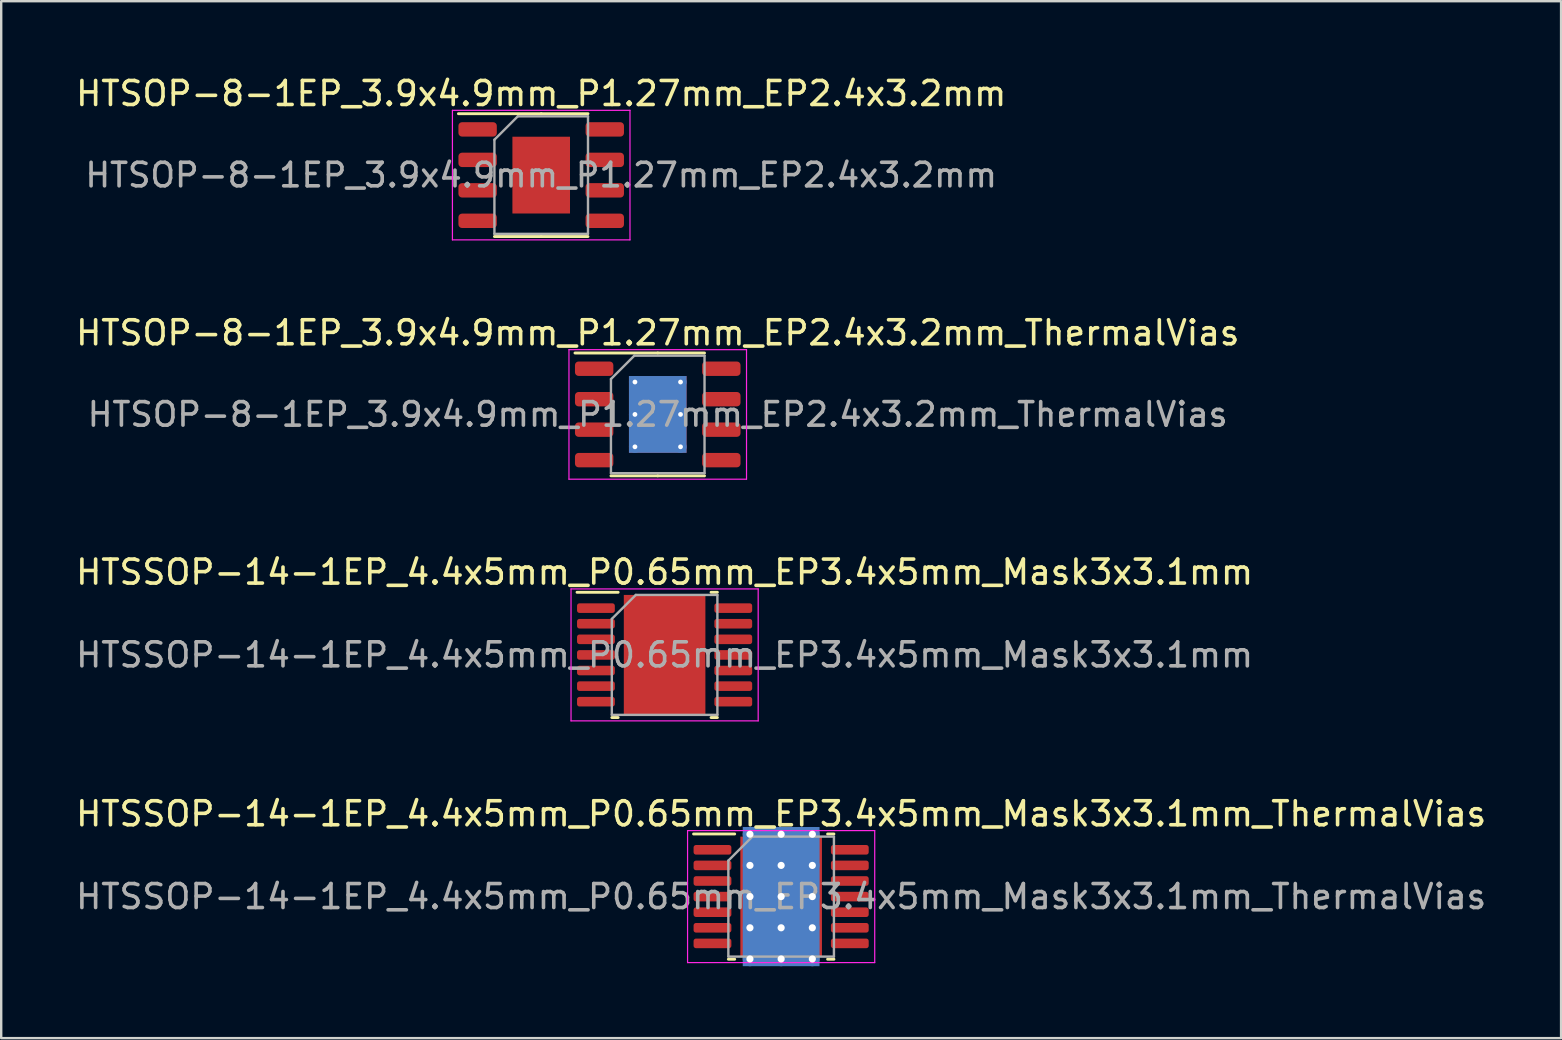
<source format=kicad_pcb>
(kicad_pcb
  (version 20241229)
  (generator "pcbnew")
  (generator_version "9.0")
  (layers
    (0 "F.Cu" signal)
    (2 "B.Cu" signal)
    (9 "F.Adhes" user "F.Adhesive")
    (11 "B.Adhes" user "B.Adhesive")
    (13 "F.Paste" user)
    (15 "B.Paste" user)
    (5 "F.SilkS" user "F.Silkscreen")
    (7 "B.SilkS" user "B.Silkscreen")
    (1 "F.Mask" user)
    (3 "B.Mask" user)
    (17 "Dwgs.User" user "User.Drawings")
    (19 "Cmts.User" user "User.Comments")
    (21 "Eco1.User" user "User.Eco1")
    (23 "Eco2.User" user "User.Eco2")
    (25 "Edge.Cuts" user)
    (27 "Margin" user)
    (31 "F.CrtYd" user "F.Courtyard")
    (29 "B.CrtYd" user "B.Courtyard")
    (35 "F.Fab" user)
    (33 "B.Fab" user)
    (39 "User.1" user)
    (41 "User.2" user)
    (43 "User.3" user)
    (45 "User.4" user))
  (footprint "HTSSOP-14-1EP_4.4x5mm_P0.65mm_EP3.4x5mm_Mask3x3.1mm_ThermalVias"
    (layer "F.Cu")
    (at 29.506 34.318)
    (property "Reference" "HTSSOP-14-1EP_4.4x5mm_P0.65mm_EP3.4x5mm_Mask3x3.1mm_ThermalVias" (at 0 -3.45 0) (layer "F.SilkS") (effects (font (size 1 1) (thickness 0.15))))
    (attr smd)
    (fp_line (start -1.936 -2.61) (end -3.65 -2.61) (stroke (width 0.12) (type solid)) (layer "F.SilkS"))
    (fp_line (start -1.936 2.61) (end -2.2 2.61) (stroke (width 0.12) (type solid)) (layer "F.SilkS"))
    (fp_line (start 1.936 -2.61) (end 2.2 -2.61) (stroke (width 0.12) (type solid)) (layer "F.SilkS"))
    (fp_line (start 1.936 2.61) (end 2.2 2.61) (stroke (width 0.12) (type solid)) (layer "F.SilkS"))
    (fp_line (start -3.9 -2.75) (end -3.9 2.75) (stroke (width 0.05) (type solid)) (layer "F.CrtYd"))
    (fp_line (start -3.9 2.75) (end 3.9 2.75) (stroke (width 0.05) (type solid)) (layer "F.CrtYd"))
    (fp_line (start 3.9 -2.75) (end -3.9 -2.75) (stroke (width 0.05) (type solid)) (layer "F.CrtYd"))
    (fp_line (start 3.9 2.75) (end 3.9 -2.75) (stroke (width 0.05) (type solid)) (layer "F.CrtYd"))
    (fp_line (start -2.2 -1.5) (end -1.2 -2.5) (stroke (width 0.1) (type solid)) (layer "F.Fab"))
    (fp_line (start -2.2 2.5) (end -2.2 -1.5) (stroke (width 0.1) (type solid)) (layer "F.Fab"))
    (fp_line (start -1.2 -2.5) (end 2.2 -2.5) (stroke (width 0.1) (type solid)) (layer "F.Fab"))
    (fp_line (start 2.2 -2.5) (end 2.2 2.5) (stroke (width 0.1) (type solid)) (layer "F.Fab"))
    (fp_line (start 2.2 2.5) (end -2.2 2.5) (stroke (width 0.1) (type solid)) (layer "F.Fab"))
    (fp_text user "${REFERENCE}" (at 0 0 0) (layer "F.Fab") (effects (font (size 1 1) (thickness 0.15))))
    (pad "" smd roundrect (at -0.75 -0.775) (size 1.21 1.25) (layers "F.Paste") (roundrect_rratio 0.207))
    (pad "" smd roundrect (at -0.75 0.775) (size 1.21 1.25) (layers "F.Paste") (roundrect_rratio 0.207))
    (pad "" smd rect (at 0 0) (size 3 3.1) (layers "F.Mask"))
    (pad "" smd roundrect (at 0.75 -0.775) (size 1.21 1.25) (layers "F.Paste") (roundrect_rratio 0.207))
    (pad "" smd roundrect (at 0.75 0.775) (size 1.21 1.25) (layers "F.Paste") (roundrect_rratio 0.207))
    (pad "1" smd roundrect (at -2.862 -1.95) (size 1.575 0.4) (layers "F.Cu" "F.Mask" "F.Paste") (roundrect_rratio 0.25))
    (pad "2" smd roundrect (at -2.862 -1.3) (size 1.575 0.4) (layers "F.Cu" "F.Mask" "F.Paste") (roundrect_rratio 0.25))
    (pad "3" smd roundrect (at -2.862 -0.65) (size 1.575 0.4) (layers "F.Cu" "F.Mask" "F.Paste") (roundrect_rratio 0.25))
    (pad "4" smd roundrect (at -2.862 0) (size 1.575 0.4) (layers "F.Cu" "F.Mask" "F.Paste") (roundrect_rratio 0.25))
    (pad "5" smd roundrect (at -2.862 0.65) (size 1.575 0.4) (layers "F.Cu" "F.Mask" "F.Paste") (roundrect_rratio 0.25))
    (pad "6" smd roundrect (at -2.862 1.3) (size 1.575 0.4) (layers "F.Cu" "F.Mask" "F.Paste") (roundrect_rratio 0.25))
    (pad "7" smd roundrect (at -2.862 1.95) (size 1.575 0.4) (layers "F.Cu" "F.Mask" "F.Paste") (roundrect_rratio 0.25))
    (pad "8" smd roundrect (at 2.862 1.95) (size 1.575 0.4) (layers "F.Cu" "F.Mask" "F.Paste") (roundrect_rratio 0.25))
    (pad "9" smd roundrect (at 2.862 1.3) (size 1.575 0.4) (layers "F.Cu" "F.Mask" "F.Paste") (roundrect_rratio 0.25))
    (pad "10" smd roundrect (at 2.862 0.65) (size 1.575 0.4) (layers "F.Cu" "F.Mask" "F.Paste") (roundrect_rratio 0.25))
    (pad "11" smd roundrect (at 2.862 0) (size 1.575 0.4) (layers "F.Cu" "F.Mask" "F.Paste") (roundrect_rratio 0.25))
    (pad "12" smd roundrect (at 2.862 -0.65) (size 1.575 0.4) (layers "F.Cu" "F.Mask" "F.Paste") (roundrect_rratio 0.25))
    (pad "13" smd roundrect (at 2.862 -1.3) (size 1.575 0.4) (layers "F.Cu" "F.Mask" "F.Paste") (roundrect_rratio 0.25))
    (pad "14" smd roundrect (at 2.862 -1.95) (size 1.575 0.4) (layers "F.Cu" "F.Mask" "F.Paste") (roundrect_rratio 0.25))
    (pad "15" thru_hole circle (at -1.3 -2.6) (size 0.6 0.6) (drill 0.3) (layers "*.Cu"))
    (pad "15" thru_hole circle (at -1.3 -1.3) (size 0.6 0.6) (drill 0.3) (layers "*.Cu"))
    (pad "15" thru_hole circle (at -1.3 0) (size 0.6 0.6) (drill 0.3) (layers "*.Cu"))
    (pad "15" thru_hole circle (at -1.3 1.3) (size 0.6 0.6) (drill 0.3) (layers "*.Cu"))
    (pad "15" thru_hole circle (at -1.3 2.6) (size 0.6 0.6) (drill 0.3) (layers "*.Cu"))
    (pad "15" thru_hole circle (at 0 -2.6) (size 0.6 0.6) (drill 0.3) (layers "*.Cu"))
    (pad "15" thru_hole circle (at 0 -1.3) (size 0.6 0.6) (drill 0.3) (layers "*.Cu"))
    (pad "15" thru_hole circle (at 0 0) (size 0.6 0.6) (drill 0.3) (layers "*.Cu"))
    (pad "15" smd rect (at 0 0) (size 3.2 5.8) (layers "B.Cu"))
    (pad "15" smd rect (at 0 0) (size 3.4 5) (layers "F.Cu"))
    (pad "15" thru_hole circle (at 0 1.3) (size 0.6 0.6) (drill 0.3) (layers "*.Cu"))
    (pad "15" thru_hole circle (at 0 2.6) (size 0.6 0.6) (drill 0.3) (layers "*.Cu"))
    (pad "15" thru_hole circle (at 1.3 -2.6) (size 0.6 0.6) (drill 0.3) (layers "*.Cu"))
    (pad "15" thru_hole circle (at 1.3 -1.3) (size 0.6 0.6) (drill 0.3) (layers "*.Cu"))
    (pad "15" thru_hole circle (at 1.3 0) (size 0.6 0.6) (drill 0.3) (layers "*.Cu"))
    (pad "15" thru_hole circle (at 1.3 1.3) (size 0.6 0.6) (drill 0.3) (layers "*.Cu"))
    (pad "15" thru_hole circle (at 1.3 2.6) (size 0.6 0.6) (drill 0.3) (layers "*.Cu")))
  (footprint "HTSOP-8-1EP_3.9x4.9mm_P1.27mm_EP2.4x3.2mm"
    (layer "F.Cu")
    (at 19.506 4.248)
    (property "Reference" "HTSOP-8-1EP_3.9x4.9mm_P1.27mm_EP2.4x3.2mm" (at 0 -3.4 0) (layer "F.SilkS") (effects (font (size 1 1) (thickness 0.15))))
    (attr smd)
    (fp_line (start 0 -2.56) (end -3.45 -2.56) (stroke (width 0.12) (type solid)) (layer "F.SilkS"))
    (fp_line (start 0 -2.56) (end 1.95 -2.56) (stroke (width 0.12) (type solid)) (layer "F.SilkS"))
    (fp_line (start 0 2.56) (end -1.95 2.56) (stroke (width 0.12) (type solid)) (layer "F.SilkS"))
    (fp_line (start 0 2.56) (end 1.95 2.56) (stroke (width 0.12) (type solid)) (layer "F.SilkS"))
    (fp_line (start -3.7 -2.7) (end -3.7 2.7) (stroke (width 0.05) (type solid)) (layer "F.CrtYd"))
    (fp_line (start -3.7 2.7) (end 3.7 2.7) (stroke (width 0.05) (type solid)) (layer "F.CrtYd"))
    (fp_line (start 3.7 -2.7) (end -3.7 -2.7) (stroke (width 0.05) (type solid)) (layer "F.CrtYd"))
    (fp_line (start 3.7 2.7) (end 3.7 -2.7) (stroke (width 0.05) (type solid)) (layer "F.CrtYd"))
    (fp_line (start -1.95 -1.475) (end -0.975 -2.45) (stroke (width 0.1) (type solid)) (layer "F.Fab"))
    (fp_line (start -1.95 2.45) (end -1.95 -1.475) (stroke (width 0.1) (type solid)) (layer "F.Fab"))
    (fp_line (start -0.975 -2.45) (end 1.95 -2.45) (stroke (width 0.1) (type solid)) (layer "F.Fab"))
    (fp_line (start 1.95 -2.45) (end 1.95 2.45) (stroke (width 0.1) (type solid)) (layer "F.Fab"))
    (fp_line (start 1.95 2.45) (end -1.95 2.45) (stroke (width 0.1) (type solid)) (layer "F.Fab"))
    (fp_text user "${REFERENCE}" (at 0 0 0) (layer "F.Fab") (effects (font (size 0.98 0.98) (thickness 0.15))))
    (pad "" smd roundrect (at -0.6 -0.8) (size 0.97 1.29) (layers "F.Paste") (roundrect_rratio 0.25))
    (pad "" smd roundrect (at -0.6 0.8) (size 0.97 1.29) (layers "F.Paste") (roundrect_rratio 0.25))
    (pad "" smd roundrect (at 0.6 -0.8) (size 0.97 1.29) (layers "F.Paste") (roundrect_rratio 0.25))
    (pad "" smd roundrect (at 0.6 0.8) (size 0.97 1.29) (layers "F.Paste") (roundrect_rratio 0.25))
    (pad "1" smd roundrect (at -2.65 -1.905) (size 1.6 0.6) (layers "F.Cu" "F.Mask" "F.Paste") (roundrect_rratio 0.25))
    (pad "2" smd roundrect (at -2.65 -0.635) (size 1.6 0.6) (layers "F.Cu" "F.Mask" "F.Paste") (roundrect_rratio 0.25))
    (pad "3" smd roundrect (at -2.65 0.635) (size 1.6 0.6) (layers "F.Cu" "F.Mask" "F.Paste") (roundrect_rratio 0.25))
    (pad "4" smd roundrect (at -2.65 1.905) (size 1.6 0.6) (layers "F.Cu" "F.Mask" "F.Paste") (roundrect_rratio 0.25))
    (pad "5" smd roundrect (at 2.65 1.905) (size 1.6 0.6) (layers "F.Cu" "F.Mask" "F.Paste") (roundrect_rratio 0.25))
    (pad "6" smd roundrect (at 2.65 0.635) (size 1.6 0.6) (layers "F.Cu" "F.Mask" "F.Paste") (roundrect_rratio 0.25))
    (pad "7" smd roundrect (at 2.65 -0.635) (size 1.6 0.6) (layers "F.Cu" "F.Mask" "F.Paste") (roundrect_rratio 0.25))
    (pad "8" smd roundrect (at 2.65 -1.905) (size 1.6 0.6) (layers "F.Cu" "F.Mask" "F.Paste") (roundrect_rratio 0.25))
    (pad "9" smd rect (at 0 0) (size 2.4 3.2) (layers "F.Cu" "F.Mask")))
  (footprint "HTSOP-8-1EP_3.9x4.9mm_P1.27mm_EP2.4x3.2mm_ThermalVias"
    (layer "F.Cu")
    (at 24.363 14.222)
    (property "Reference" "HTSOP-8-1EP_3.9x4.9mm_P1.27mm_EP2.4x3.2mm_ThermalVias" (at 0 -3.4 0) (layer "F.SilkS") (effects (font (size 1 1) (thickness 0.15))))
    (attr smd)
    (fp_line (start 0 -2.56) (end -3.45 -2.56) (stroke (width 0.12) (type solid)) (layer "F.SilkS"))
    (fp_line (start 0 -2.56) (end 1.95 -2.56) (stroke (width 0.12) (type solid)) (layer "F.SilkS"))
    (fp_line (start 0 2.56) (end -1.95 2.56) (stroke (width 0.12) (type solid)) (layer "F.SilkS"))
    (fp_line (start 0 2.56) (end 1.95 2.56) (stroke (width 0.12) (type solid)) (layer "F.SilkS"))
    (fp_line (start -3.7 -2.7) (end -3.7 2.7) (stroke (width 0.05) (type solid)) (layer "F.CrtYd"))
    (fp_line (start -3.7 2.7) (end 3.7 2.7) (stroke (width 0.05) (type solid)) (layer "F.CrtYd"))
    (fp_line (start 3.7 -2.7) (end -3.7 -2.7) (stroke (width 0.05) (type solid)) (layer "F.CrtYd"))
    (fp_line (start 3.7 2.7) (end 3.7 -2.7) (stroke (width 0.05) (type solid)) (layer "F.CrtYd"))
    (fp_line (start -1.95 -1.475) (end -0.975 -2.45) (stroke (width 0.1) (type solid)) (layer "F.Fab"))
    (fp_line (start -1.95 2.45) (end -1.95 -1.475) (stroke (width 0.1) (type solid)) (layer "F.Fab"))
    (fp_line (start -0.975 -2.45) (end 1.95 -2.45) (stroke (width 0.1) (type solid)) (layer "F.Fab"))
    (fp_line (start 1.95 -2.45) (end 1.95 2.45) (stroke (width 0.1) (type solid)) (layer "F.Fab"))
    (fp_line (start 1.95 2.45) (end -1.95 2.45) (stroke (width 0.1) (type solid)) (layer "F.Fab"))
    (fp_text user "${REFERENCE}" (at 0 0 0) (layer "F.Fab") (effects (font (size 0.98 0.98) (thickness 0.15))))
    (pad "" smd roundrect (at -0.6 -0.8) (size 0.97 1.29) (layers "F.Paste") (roundrect_rratio 0.25))
    (pad "" smd roundrect (at -0.6 0.8) (size 0.97 1.29) (layers "F.Paste") (roundrect_rratio 0.25))
    (pad "" smd roundrect (at 0.6 -0.8) (size 0.97 1.29) (layers "F.Paste") (roundrect_rratio 0.25))
    (pad "" smd roundrect (at 0.6 0.8) (size 0.97 1.29) (layers "F.Paste") (roundrect_rratio 0.25))
    (pad "1" smd roundrect (at -2.65 -1.905) (size 1.6 0.6) (layers "F.Cu" "F.Mask" "F.Paste") (roundrect_rratio 0.25))
    (pad "2" smd roundrect (at -2.65 -0.635) (size 1.6 0.6) (layers "F.Cu" "F.Mask" "F.Paste") (roundrect_rratio 0.25))
    (pad "3" smd roundrect (at -2.65 0.635) (size 1.6 0.6) (layers "F.Cu" "F.Mask" "F.Paste") (roundrect_rratio 0.25))
    (pad "4" smd roundrect (at -2.65 1.905) (size 1.6 0.6) (layers "F.Cu" "F.Mask" "F.Paste") (roundrect_rratio 0.25))
    (pad "5" smd roundrect (at 2.65 1.905) (size 1.6 0.6) (layers "F.Cu" "F.Mask" "F.Paste") (roundrect_rratio 0.25))
    (pad "6" smd roundrect (at 2.65 0.635) (size 1.6 0.6) (layers "F.Cu" "F.Mask" "F.Paste") (roundrect_rratio 0.25))
    (pad "7" smd roundrect (at 2.65 -0.635) (size 1.6 0.6) (layers "F.Cu" "F.Mask" "F.Paste") (roundrect_rratio 0.25))
    (pad "8" smd roundrect (at 2.65 -1.905) (size 1.6 0.6) (layers "F.Cu" "F.Mask" "F.Paste") (roundrect_rratio 0.25))
    (pad "9" thru_hole circle (at -0.95 -1.35) (size 0.5 0.5) (drill 0.2) (layers "*.Cu"))
    (pad "9" thru_hole circle (at -0.95 0) (size 0.5 0.5) (drill 0.2) (layers "*.Cu"))
    (pad "9" thru_hole circle (at -0.95 1.35) (size 0.5 0.5) (drill 0.2) (layers "*.Cu"))
    (pad "9" smd rect (at 0 0) (size 2.4 3.2) (layers "F.Cu" "F.Mask"))
    (pad "9" smd rect (at 0 0) (size 2.4 3.2) (layers "B.Cu"))
    (pad "9" thru_hole circle (at 0.95 -1.35) (size 0.5 0.5) (drill 0.2) (layers "*.Cu"))
    (pad "9" thru_hole circle (at 0.95 0) (size 0.5 0.5) (drill 0.2) (layers "*.Cu"))
    (pad "9" thru_hole circle (at 0.95 1.35) (size 0.5 0.5) (drill 0.2) (layers "*.Cu")))
  (footprint "HTSSOP-14-1EP_4.4x5mm_P0.65mm_EP3.4x5mm_Mask3x3.1mm"
    (layer "F.Cu")
    (at 24.649 24.245)
    (property "Reference" "HTSSOP-14-1EP_4.4x5mm_P0.65mm_EP3.4x5mm_Mask3x3.1mm" (at 0 -3.45 0) (layer "F.SilkS") (effects (font (size 1 1) (thickness 0.15))))
    (attr smd)
    (fp_line (start -1.936 -2.61) (end -3.65 -2.61) (stroke (width 0.12) (type solid)) (layer "F.SilkS"))
    (fp_line (start -1.936 2.61) (end -2.2 2.61) (stroke (width 0.12) (type solid)) (layer "F.SilkS"))
    (fp_line (start 1.936 -2.61) (end 2.2 -2.61) (stroke (width 0.12) (type solid)) (layer "F.SilkS"))
    (fp_line (start 1.936 2.61) (end 2.2 2.61) (stroke (width 0.12) (type solid)) (layer "F.SilkS"))
    (fp_line (start -3.9 -2.75) (end -3.9 2.75) (stroke (width 0.05) (type solid)) (layer "F.CrtYd"))
    (fp_line (start -3.9 2.75) (end 3.9 2.75) (stroke (width 0.05) (type solid)) (layer "F.CrtYd"))
    (fp_line (start 3.9 -2.75) (end -3.9 -2.75) (stroke (width 0.05) (type solid)) (layer "F.CrtYd"))
    (fp_line (start 3.9 2.75) (end 3.9 -2.75) (stroke (width 0.05) (type solid)) (layer "F.CrtYd"))
    (fp_line (start -2.2 -1.5) (end -1.2 -2.5) (stroke (width 0.1) (type solid)) (layer "F.Fab"))
    (fp_line (start -2.2 2.5) (end -2.2 -1.5) (stroke (width 0.1) (type solid)) (layer "F.Fab"))
    (fp_line (start -1.2 -2.5) (end 2.2 -2.5) (stroke (width 0.1) (type solid)) (layer "F.Fab"))
    (fp_line (start 2.2 -2.5) (end 2.2 2.5) (stroke (width 0.1) (type solid)) (layer "F.Fab"))
    (fp_line (start 2.2 2.5) (end -2.2 2.5) (stroke (width 0.1) (type solid)) (layer "F.Fab"))
    (fp_text user "${REFERENCE}" (at 0 0 0) (layer "F.Fab") (effects (font (size 1 1) (thickness 0.15))))
    (pad "" smd roundrect (at -0.75 -0.775) (size 1.21 1.25) (layers "F.Paste") (roundrect_rratio 0.207))
    (pad "" smd roundrect (at -0.75 0.775) (size 1.21 1.25) (layers "F.Paste") (roundrect_rratio 0.207))
    (pad "" smd rect (at 0 0) (size 3 3.1) (layers "F.Mask"))
    (pad "" smd roundrect (at 0.75 -0.775) (size 1.21 1.25) (layers "F.Paste") (roundrect_rratio 0.207))
    (pad "" smd roundrect (at 0.75 0.775) (size 1.21 1.25) (layers "F.Paste") (roundrect_rratio 0.207))
    (pad "1" smd roundrect (at -2.862 -1.95) (size 1.575 0.4) (layers "F.Cu" "F.Mask" "F.Paste") (roundrect_rratio 0.25))
    (pad "2" smd roundrect (at -2.862 -1.3) (size 1.575 0.4) (layers "F.Cu" "F.Mask" "F.Paste") (roundrect_rratio 0.25))
    (pad "3" smd roundrect (at -2.862 -0.65) (size 1.575 0.4) (layers "F.Cu" "F.Mask" "F.Paste") (roundrect_rratio 0.25))
    (pad "4" smd roundrect (at -2.862 0) (size 1.575 0.4) (layers "F.Cu" "F.Mask" "F.Paste") (roundrect_rratio 0.25))
    (pad "5" smd roundrect (at -2.862 0.65) (size 1.575 0.4) (layers "F.Cu" "F.Mask" "F.Paste") (roundrect_rratio 0.25))
    (pad "6" smd roundrect (at -2.862 1.3) (size 1.575 0.4) (layers "F.Cu" "F.Mask" "F.Paste") (roundrect_rratio 0.25))
    (pad "7" smd roundrect (at -2.862 1.95) (size 1.575 0.4) (layers "F.Cu" "F.Mask" "F.Paste") (roundrect_rratio 0.25))
    (pad "8" smd roundrect (at 2.862 1.95) (size 1.575 0.4) (layers "F.Cu" "F.Mask" "F.Paste") (roundrect_rratio 0.25))
    (pad "9" smd roundrect (at 2.862 1.3) (size 1.575 0.4) (layers "F.Cu" "F.Mask" "F.Paste") (roundrect_rratio 0.25))
    (pad "10" smd roundrect (at 2.862 0.65) (size 1.575 0.4) (layers "F.Cu" "F.Mask" "F.Paste") (roundrect_rratio 0.25))
    (pad "11" smd roundrect (at 2.862 0) (size 1.575 0.4) (layers "F.Cu" "F.Mask" "F.Paste") (roundrect_rratio 0.25))
    (pad "12" smd roundrect (at 2.862 -0.65) (size 1.575 0.4) (layers "F.Cu" "F.Mask" "F.Paste") (roundrect_rratio 0.25))
    (pad "13" smd roundrect (at 2.862 -1.3) (size 1.575 0.4) (layers "F.Cu" "F.Mask" "F.Paste") (roundrect_rratio 0.25))
    (pad "14" smd roundrect (at 2.862 -1.95) (size 1.575 0.4) (layers "F.Cu" "F.Mask" "F.Paste") (roundrect_rratio 0.25))
    (pad "15" smd rect (at 0 0) (size 3.4 5) (layers "F.Cu")))
  (gr_rect
    (start -3 -3)
    (end 62.012 40.218)
    (stroke (width 0.1) (type default))
    (fill no)
    (layer "Edge.Cuts")))
</source>
